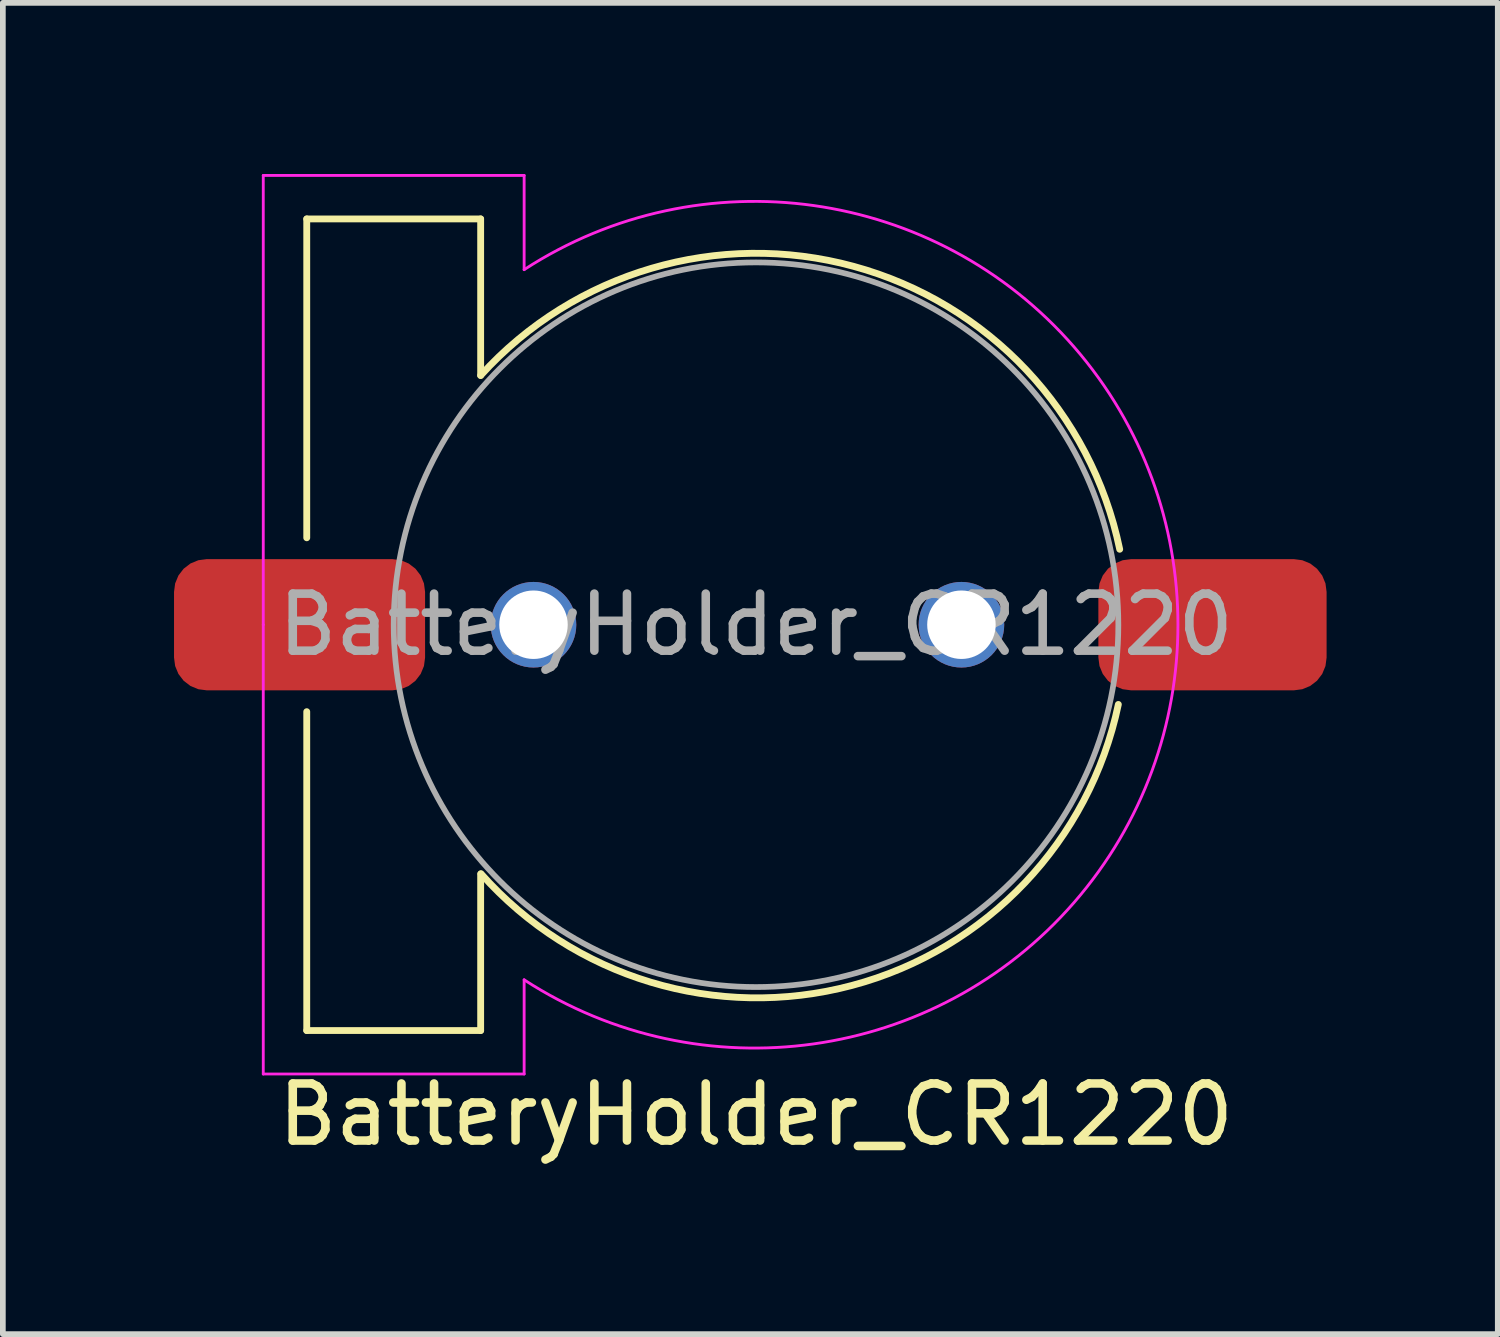
<source format=kicad_pcb>
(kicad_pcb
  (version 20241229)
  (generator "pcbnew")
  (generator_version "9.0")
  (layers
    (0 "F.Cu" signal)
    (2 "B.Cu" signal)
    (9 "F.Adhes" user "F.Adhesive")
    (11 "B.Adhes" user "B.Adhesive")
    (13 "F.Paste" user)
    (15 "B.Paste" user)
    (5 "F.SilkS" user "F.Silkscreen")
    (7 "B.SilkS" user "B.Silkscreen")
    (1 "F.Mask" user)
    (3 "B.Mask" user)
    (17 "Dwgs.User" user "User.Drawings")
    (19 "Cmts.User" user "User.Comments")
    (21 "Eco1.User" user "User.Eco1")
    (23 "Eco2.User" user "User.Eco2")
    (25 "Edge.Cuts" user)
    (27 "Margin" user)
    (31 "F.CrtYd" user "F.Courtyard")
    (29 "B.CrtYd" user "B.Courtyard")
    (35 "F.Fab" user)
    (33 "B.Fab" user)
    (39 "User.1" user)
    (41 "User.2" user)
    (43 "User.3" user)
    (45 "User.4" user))
  (footprint "BatteryHolder_CR1220"
    (layer "F.Cu")
    (at 10.2 7.899)
    (property "Reference" "BatteryHolder_CR1220" (at 0 8.585 0) (unlocked yes) (layer "F.SilkS") (effects (font (size 1 1) (thickness 0.15))))
    (attr smd)
    (fp_line (start -7.874 -7.112) (end -4.826 -7.112) (stroke (width 0.12) (type solid)) (layer "F.SilkS"))
    (fp_line (start -7.874 -1.524) (end -7.874 -7.112) (stroke (width 0.12) (type solid)) (layer "F.SilkS"))
    (fp_line (start -7.874 1.524) (end -7.874 7.112) (stroke (width 0.12) (type solid)) (layer "F.SilkS"))
    (fp_line (start -7.874 7.112) (end -4.826 7.112) (stroke (width 0.12) (type solid)) (layer "F.SilkS"))
    (fp_line (start -4.826 -7.112) (end -4.826 -4.369) (stroke (width 0.12) (type solid)) (layer "F.SilkS"))
    (fp_line (start -4.826 7.112) (end -4.826 4.369) (stroke (width 0.12) (type solid)) (layer "F.SilkS"))
    (fp_arc (start -4.826 -4.3688) (mid 1.708333 -6.281583) (end 6.373905 -1.322886) (stroke (width 0.12) (type solid)) (layer "F.SilkS"))
    (fp_arc (start 6.35 1.397) (mid 1.679114 6.322568) (end -4.820155 4.363509) (stroke (width 0.12) (type solid)) (layer "F.SilkS"))
    (fp_line (start -8.636 -7.874) (end -4.064 -7.874) (stroke (width 0.05) (type solid)) (layer "F.CrtYd"))
    (fp_line (start -8.636 0) (end -8.636 -7.874) (stroke (width 0.05) (type solid)) (layer "F.CrtYd"))
    (fp_line (start -8.636 0) (end -8.636 7.874) (stroke (width 0.05) (type solid)) (layer "F.CrtYd"))
    (fp_line (start -8.636 7.874) (end -4.064 7.874) (stroke (width 0.05) (type solid)) (layer "F.CrtYd"))
    (fp_line (start -4.064 -7.874) (end -4.064 -6.223) (stroke (width 0.05) (type solid)) (layer "F.CrtYd"))
    (fp_line (start -4.064 7.874) (end -4.064 6.223) (stroke (width 0.05) (type solid)) (layer "F.CrtYd"))
    (fp_arc (start -4.064 -6.223) (mid 7.394511 0) (end -4.064 6.223) (stroke (width 0.05) (type solid)) (layer "F.CrtYd"))
    (fp_circle (center 0 0) (end 3.81 5.08) (stroke (width 0.1) (type solid)) (fill no) (layer "F.Fab"))
    (fp_text user "${REFERENCE}" (at 0 0 0) (unlocked yes) (layer "F.Fab") (effects (font (size 1 1) (thickness 0.15))))
    (pad "" thru_hole circle (at -3.9 0) (size 1.5 1.5) (drill 1.2) (layers "*.Cu"))
    (pad "" thru_hole circle (at 3.6 0) (size 1.5 1.5) (drill 1.2) (layers "*.Cu"))
    (pad "1" smd roundrect (at -8 0) (size 4.4 2.3) (layers "F.Cu" "F.Mask" "F.Paste") (roundrect_rratio 0.25))
    (pad "2" smd roundrect (at 8 0) (size 4 2.3) (layers "F.Cu" "F.Mask" "F.Paste") (roundrect_rratio 0.25)))
  (gr_rect
    (start -3 -3)
    (end 23.2 20.332)
    (stroke (width 0.1) (type default))
    (fill no)
    (layer "Edge.Cuts")))
</source>
